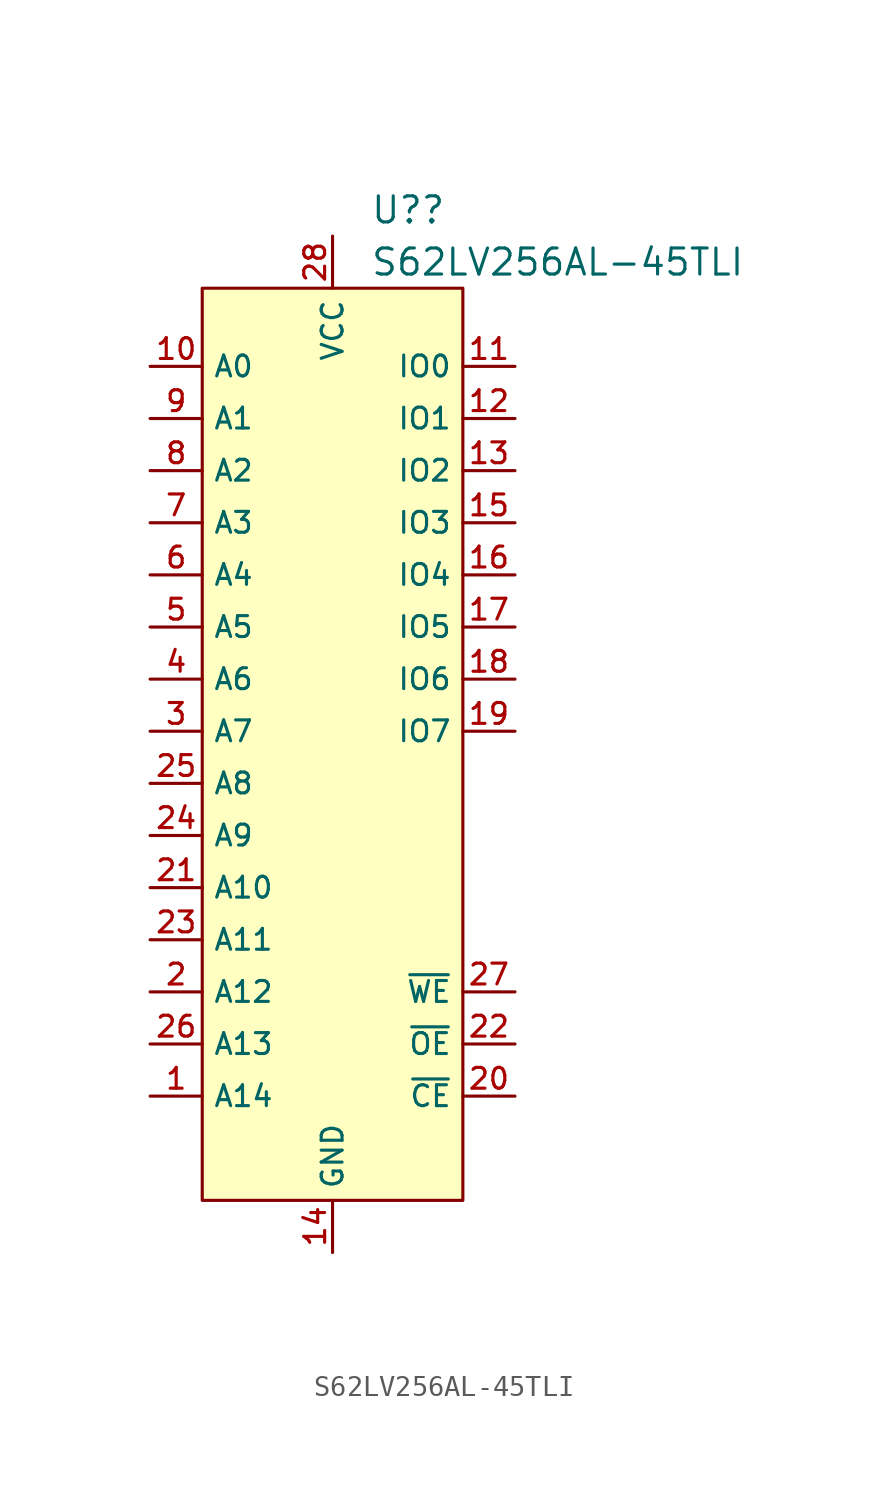
<source format=kicad_sym>
(kicad_symbol_lib
  (version 20220126)
  (generator kicad_symbol_editor)
  (symbol "S62LV256AL-45TLI"
    (property "Reference" "U?"
      (at 1.829 -2.54 0)
      (effects (font (size 1.27 1.27)) (justify left)))
    (property "Value" "S62LV256AL-45TLI"
      (at 1.829 -5.08 0)
      (effects (font (size 1.27 1.27)) (justify left)))
    (symbol "S62LV256AL-45TLI_0_1"
      (rectangle (start -6.35 -6.35) (end 6.35 -50.8) (stroke (width 0.152) (type default)) (fill (type background))))
    (symbol "S62LV256AL-45TLI_1_1"
      (pin input line (at -8.89 -45.72 0) (length 2.54) (name "A14" (effects (font (size 1.016 1.016)))) (number "1" (effects (font (size 1.016 1.016)))))
      (pin input line (at -8.89 -10.16 0) (length 2.54) (name "A0" (effects (font (size 1.016 1.016)))) (number "10" (effects (font (size 1.016 1.016)))))
      (pin bidirectional line (at 8.89 -10.16 180) (length 2.54) (name "IO0" (effects (font (size 1.016 1.016)))) (number "11" (effects (font (size 1.016 1.016)))))
      (pin bidirectional line (at 8.89 -12.7 180) (length 2.54) (name "IO1" (effects (font (size 1.016 1.016)))) (number "12" (effects (font (size 1.016 1.016)))))
      (pin bidirectional line (at 8.89 -15.24 180) (length 2.54) (name "IO2" (effects (font (size 1.016 1.016)))) (number "13" (effects (font (size 1.016 1.016)))))
      (pin power_in line (at 0 -53.34 90) (length 2.54) (name "GND" (effects (font (size 1.016 1.016)))) (number "14" (effects (font (size 1.016 1.016)))))
      (pin bidirectional line (at 8.89 -17.78 180) (length 2.54) (name "IO3" (effects (font (size 1.016 1.016)))) (number "15" (effects (font (size 1.016 1.016)))))
      (pin bidirectional line (at 8.89 -20.32 180) (length 2.54) (name "IO4" (effects (font (size 1.016 1.016)))) (number "16" (effects (font (size 1.016 1.016)))))
      (pin bidirectional line (at 8.89 -22.86 180) (length 2.54) (name "IO5" (effects (font (size 1.016 1.016)))) (number "17" (effects (font (size 1.016 1.016)))))
      (pin bidirectional line (at 8.89 -25.4 180) (length 2.54) (name "IO6" (effects (font (size 1.016 1.016)))) (number "18" (effects (font (size 1.016 1.016)))))
      (pin bidirectional line (at 8.89 -27.94 180) (length 2.54) (name "IO7" (effects (font (size 1.016 1.016)))) (number "19" (effects (font (size 1.016 1.016)))))
      (pin input line (at -8.89 -40.64 0) (length 2.54) (name "A12" (effects (font (size 1.016 1.016)))) (number "2" (effects (font (size 1.016 1.016)))))
      (pin input line (at 8.89 -45.72 180) (length 2.54) (name "~{CE}" (effects (font (size 1.016 1.016)))) (number "20" (effects (font (size 1.016 1.016)))))
      (pin input line (at -8.89 -35.56 0) (length 2.54) (name "A10" (effects (font (size 1.016 1.016)))) (number "21" (effects (font (size 1.016 1.016)))))
      (pin input line (at 8.89 -43.18 180) (length 2.54) (name "~{OE}" (effects (font (size 1.016 1.016)))) (number "22" (effects (font (size 1.016 1.016)))))
      (pin input line (at -8.89 -38.1 0) (length 2.54) (name "A11" (effects (font (size 1.016 1.016)))) (number "23" (effects (font (size 1.016 1.016)))))
      (pin input line (at -8.89 -33.02 0) (length 2.54) (name "A9" (effects (font (size 1.016 1.016)))) (number "24" (effects (font (size 1.016 1.016)))))
      (pin input line (at -8.89 -30.48 0) (length 2.54) (name "A8" (effects (font (size 1.016 1.016)))) (number "25" (effects (font (size 1.016 1.016)))))
      (pin input line (at -8.89 -43.18 0) (length 2.54) (name "A13" (effects (font (size 1.016 1.016)))) (number "26" (effects (font (size 1.016 1.016)))))
      (pin input line (at 8.89 -40.64 180) (length 2.54) (name "~{WE}" (effects (font (size 1.016 1.016)))) (number "27" (effects (font (size 1.016 1.016)))))
      (pin power_in line (at 0 -3.81 270) (length 2.54) (name "VCC" (effects (font (size 1.016 1.016)))) (number "28" (effects (font (size 1.016 1.016)))))
      (pin input line (at -8.89 -27.94 0) (length 2.54) (name "A7" (effects (font (size 1.016 1.016)))) (number "3" (effects (font (size 1.016 1.016)))))
      (pin input line (at -8.89 -25.4 0) (length 2.54) (name "A6" (effects (font (size 1.016 1.016)))) (number "4" (effects (font (size 1.016 1.016)))))
      (pin input line (at -8.89 -22.86 0) (length 2.54) (name "A5" (effects (font (size 1.016 1.016)))) (number "5" (effects (font (size 1.016 1.016)))))
      (pin input line (at -8.89 -20.32 0) (length 2.54) (name "A4" (effects (font (size 1.016 1.016)))) (number "6" (effects (font (size 1.016 1.016)))))
      (pin input line (at -8.89 -17.78 0) (length 2.54) (name "A3" (effects (font (size 1.016 1.016)))) (number "7" (effects (font (size 1.016 1.016)))))
      (pin input line (at -8.89 -15.24 0) (length 2.54) (name "A2" (effects (font (size 1.016 1.016)))) (number "8" (effects (font (size 1.016 1.016)))))
      (pin input line (at -8.89 -12.7 0) (length 2.54) (name "A1" (effects (font (size 1.016 1.016)))) (number "9" (effects (font (size 1.016 1.016))))))))
</source>
